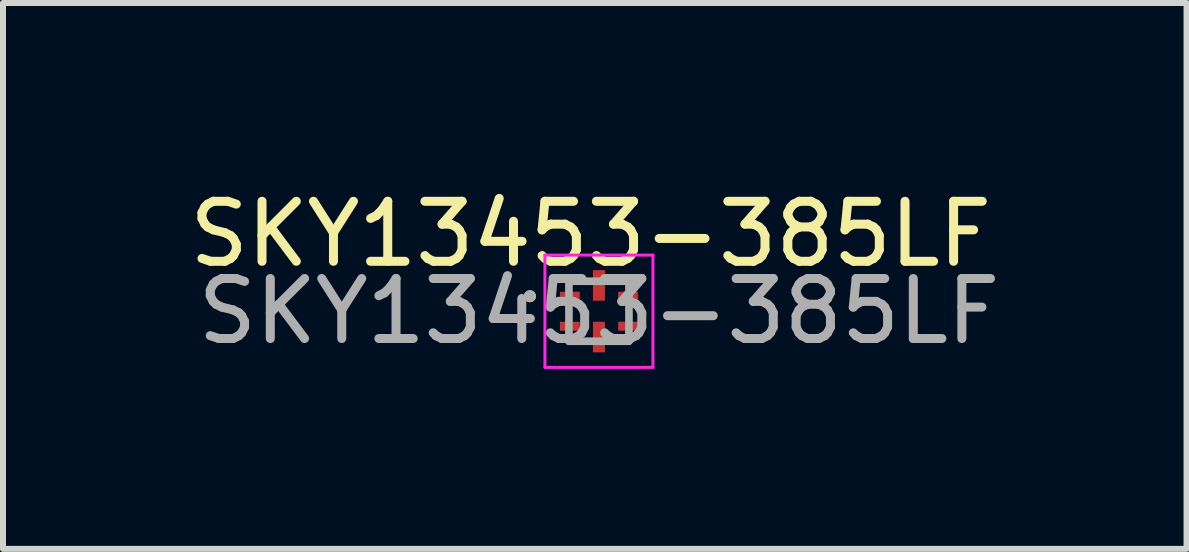
<source format=kicad_pcb>
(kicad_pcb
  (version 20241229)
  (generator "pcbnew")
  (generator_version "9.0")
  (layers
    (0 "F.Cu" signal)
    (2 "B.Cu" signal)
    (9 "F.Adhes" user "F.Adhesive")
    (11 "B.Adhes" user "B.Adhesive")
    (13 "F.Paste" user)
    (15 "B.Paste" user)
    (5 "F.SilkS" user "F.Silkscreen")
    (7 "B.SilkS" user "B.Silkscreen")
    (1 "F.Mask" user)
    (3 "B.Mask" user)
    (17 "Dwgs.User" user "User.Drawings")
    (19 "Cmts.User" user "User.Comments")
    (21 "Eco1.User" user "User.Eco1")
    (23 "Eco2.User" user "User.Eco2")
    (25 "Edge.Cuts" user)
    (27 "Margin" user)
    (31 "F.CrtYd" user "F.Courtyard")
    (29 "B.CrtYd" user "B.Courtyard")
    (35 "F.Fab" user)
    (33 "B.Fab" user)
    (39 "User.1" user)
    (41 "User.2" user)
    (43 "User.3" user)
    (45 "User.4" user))
  (footprint "SKY13453-385LF"
    (layer "F.Cu")
    (at 6.93 2.136)
    (property "Reference" "SKY13453-385LF" (at -0.138 -1.287 0) (layer "F.SilkS") (effects (font (size 1 1) (thickness 0.15))))
    (attr smd)
    (fp_circle (center -1.15 -0.25) (end -1.1 -0.25) (stroke (width 0.1) (type solid)) (fill no) (layer "F.SilkS"))
    (fp_line (start -0.9 -0.935) (end -0.9 0.935) (stroke (width 0.05) (type solid)) (layer "F.CrtYd"))
    (fp_line (start -0.9 0.935) (end 0.9 0.935) (stroke (width 0.05) (type solid)) (layer "F.CrtYd"))
    (fp_line (start 0.9 -0.935) (end -0.9 -0.935) (stroke (width 0.05) (type solid)) (layer "F.CrtYd"))
    (fp_line (start 0.9 0.935) (end 0.9 -0.935) (stroke (width 0.05) (type solid)) (layer "F.CrtYd"))
    (fp_line (start -0.5 -0.5) (end 0.5 -0.5) (stroke (width 0.127) (type solid)) (layer "F.Fab"))
    (fp_line (start -0.5 0.5) (end -0.5 -0.5) (stroke (width 0.127) (type solid)) (layer "F.Fab"))
    (fp_line (start 0.5 -0.5) (end 0.5 0.5) (stroke (width 0.127) (type solid)) (layer "F.Fab"))
    (fp_line (start 0.5 0.5) (end -0.5 0.5) (stroke (width 0.127) (type solid)) (layer "F.Fab"))
    (fp_circle (center -1.15 -0.25) (end -1.1 -0.25) (stroke (width 0.1) (type solid)) (fill no) (layer "F.Fab"))
    (fp_text user "${REFERENCE}" (at 0 0 0) (layer "F.Fab") (effects (font (size 1 1) (thickness 0.15))))
    (pad "1" smd rect (at -0.485 -0.25) (size 0.33 0.15) (layers "F.Cu" "F.Mask" "F.Paste"))
    (pad "2" smd rect (at -0.485 0.25) (size 0.33 0.15) (layers "F.Cu" "F.Mask" "F.Paste"))
    (pad "3" smd rect (at 0 0.43) (size 0.2 0.51) (layers "F.Cu" "F.Mask" "F.Paste"))
    (pad "4" smd rect (at 0.485 0.25) (size 0.33 0.15) (layers "F.Cu" "F.Mask" "F.Paste"))
    (pad "5" smd rect (at 0.485 -0.25) (size 0.33 0.15) (layers "F.Cu" "F.Mask" "F.Paste"))
    (pad "6" smd rect (at 0 -0.43) (size 0.2 0.51) (layers "F.Cu" "F.Mask" "F.Paste")))
  (gr_rect
    (start -3 -3)
    (end 16.721 6.096)
    (stroke (width 0.1) (type default))
    (fill no)
    (layer "Edge.Cuts")))
</source>
